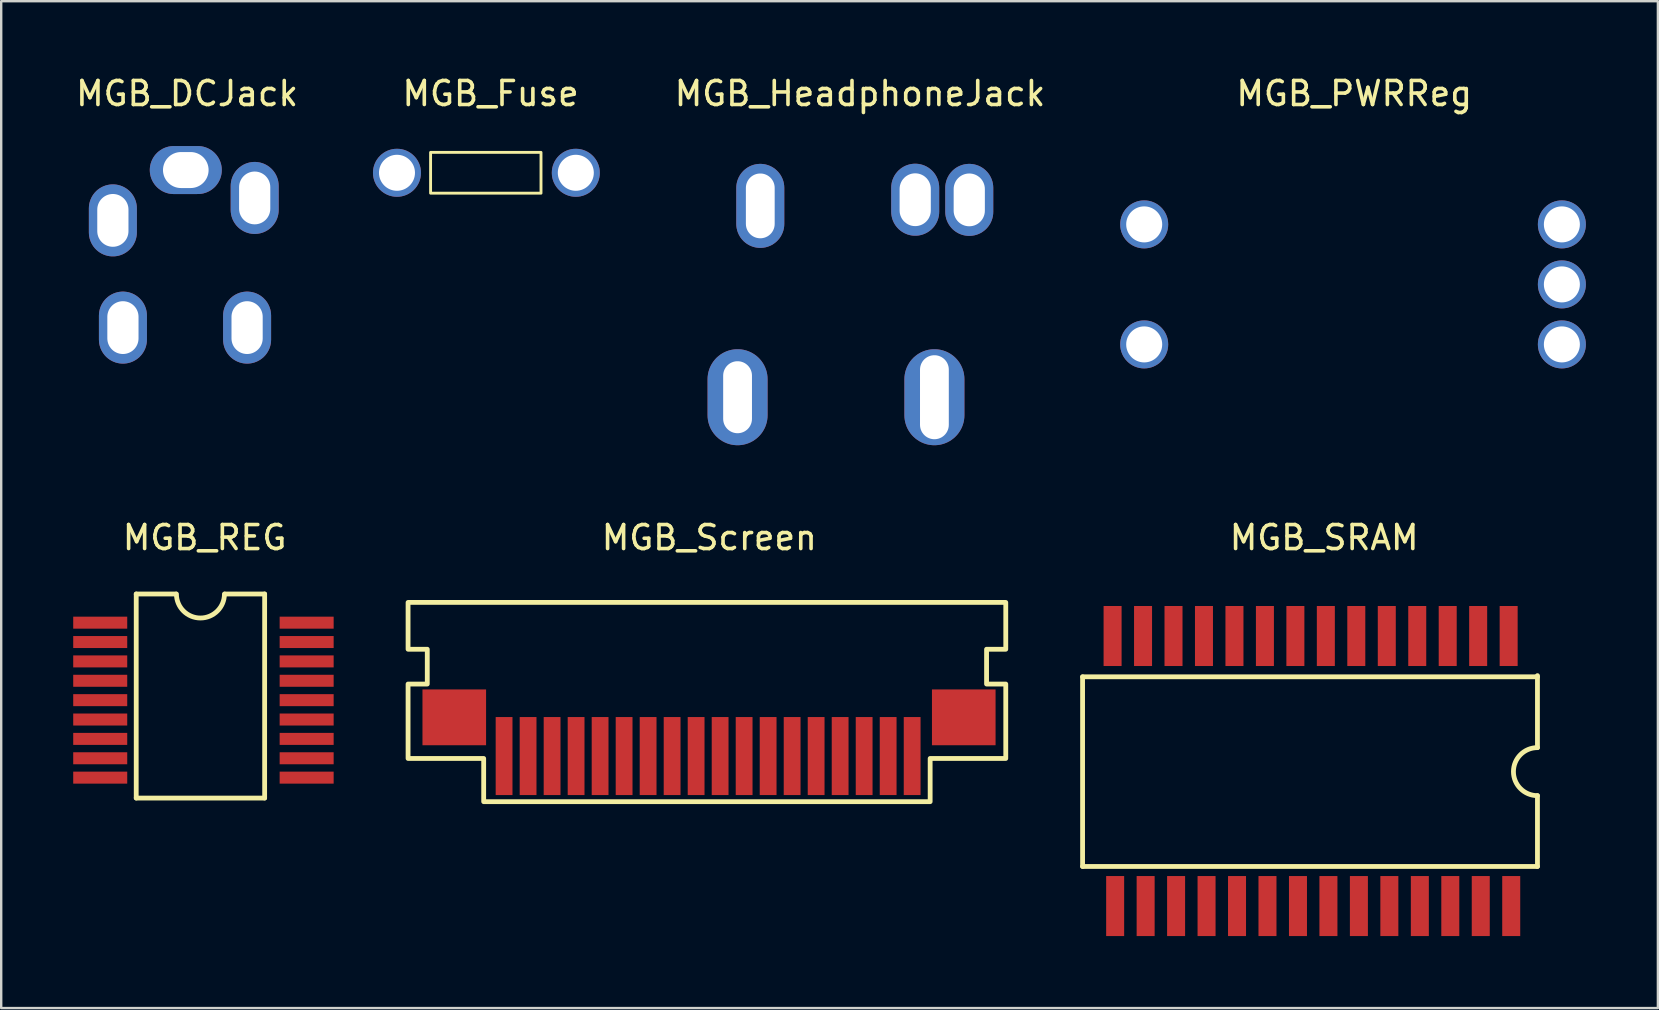
<source format=kicad_pcb>
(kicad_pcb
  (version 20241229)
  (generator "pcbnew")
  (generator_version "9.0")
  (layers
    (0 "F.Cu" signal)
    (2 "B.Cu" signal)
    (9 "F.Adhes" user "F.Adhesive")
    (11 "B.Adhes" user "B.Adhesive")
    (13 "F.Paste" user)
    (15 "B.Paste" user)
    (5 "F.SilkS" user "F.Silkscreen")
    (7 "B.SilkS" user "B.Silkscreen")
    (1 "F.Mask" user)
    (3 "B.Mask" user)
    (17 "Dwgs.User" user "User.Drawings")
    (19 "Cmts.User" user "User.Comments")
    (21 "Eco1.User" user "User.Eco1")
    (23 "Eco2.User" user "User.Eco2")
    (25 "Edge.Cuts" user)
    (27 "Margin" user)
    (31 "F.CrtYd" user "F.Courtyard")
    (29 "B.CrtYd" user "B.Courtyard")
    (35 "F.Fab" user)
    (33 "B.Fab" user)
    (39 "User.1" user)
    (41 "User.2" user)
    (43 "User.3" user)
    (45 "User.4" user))
  (footprint "MGB_SRAM"
    (layer "F.Cu")
    (at 52.115 19.846)
    (property "Reference" "MGB_SRAM" (at 0 -0.5 0) (unlocked yes) (layer "F.SilkS") (effects (font (size 1 1) (thickness 0.15))))
    (attr smd)
    (fp_line (start -10.065 5.3) (end -10.065 13.2) (stroke (width 0.2) (type default)) (layer "F.SilkS"))
    (fp_line (start -10.065 13.2) (end 8.885 13.2) (stroke (width 0.2) (type default)) (layer "F.SilkS"))
    (fp_line (start 8.885 5.3) (end -10.065 5.3) (stroke (width 0.2) (type default)) (layer "F.SilkS"))
    (fp_line (start 8.885 8.25) (end 8.885 5.25) (stroke (width 0.2) (type default)) (layer "F.SilkS"))
    (fp_line (start 8.885 13.2) (end 8.885 10.25) (stroke (width 0.2) (type default)) (layer "F.SilkS"))
    (fp_arc (start 8.88461 10.25) (mid 7.88461 9.25) (end 8.88461 8.25) (stroke (width 0.2) (type default)) (layer "F.SilkS"))
    (pad "1" smd rect (at 7.685 3.6 180) (size 0.75 2.5) (layers "F.Cu" "F.Mask" "F.Paste"))
    (pad "2" smd rect (at 6.415 3.6 180) (size 0.75 2.5) (layers "F.Cu" "F.Mask" "F.Paste"))
    (pad "3" smd rect (at 5.146 3.6 180) (size 0.75 2.5) (layers "F.Cu" "F.Mask" "F.Paste"))
    (pad "4" smd rect (at 3.877 3.6 180) (size 0.75 2.5) (layers "F.Cu" "F.Mask" "F.Paste"))
    (pad "5" smd rect (at 2.608 3.6 180) (size 0.75 2.5) (layers "F.Cu" "F.Mask" "F.Paste"))
    (pad "6" smd rect (at 1.338 3.6 180) (size 0.75 2.5) (layers "F.Cu" "F.Mask" "F.Paste"))
    (pad "7" smd rect (at 0.069 3.6 180) (size 0.75 2.5) (layers "F.Cu" "F.Mask" "F.Paste"))
    (pad "8" smd rect (at -1.2 3.6 180) (size 0.75 2.5) (layers "F.Cu" "F.Mask" "F.Paste"))
    (pad "9" smd rect (at -2.469 3.6 180) (size 0.75 2.5) (layers "F.Cu" "F.Mask" "F.Paste"))
    (pad "10" smd rect (at -3.738 3.6 180) (size 0.75 2.5) (layers "F.Cu" "F.Mask" "F.Paste"))
    (pad "11" smd rect (at -5.008 3.6 180) (size 0.75 2.5) (layers "F.Cu" "F.Mask" "F.Paste"))
    (pad "12" smd rect (at -6.277 3.6 180) (size 0.75 2.5) (layers "F.Cu" "F.Mask" "F.Paste"))
    (pad "13" smd rect (at -7.546 3.6 180) (size 0.75 2.5) (layers "F.Cu" "F.Mask" "F.Paste"))
    (pad "14" smd rect (at -8.815 3.6 180) (size 0.75 2.5) (layers "F.Cu" "F.Mask" "F.Paste"))
    (pad "15" smd rect (at -8.708 14.85 180) (size 0.75 2.5) (layers "F.Cu" "F.Mask" "F.Paste"))
    (pad "16" smd rect (at -7.438 14.85 180) (size 0.75 2.5) (layers "F.Cu" "F.Mask" "F.Paste"))
    (pad "17" smd rect (at -6.169 14.85 180) (size 0.75 2.5) (layers "F.Cu" "F.Mask" "F.Paste"))
    (pad "18" smd rect (at -4.9 14.85 180) (size 0.75 2.5) (layers "F.Cu" "F.Mask" "F.Paste"))
    (pad "19" smd rect (at -3.631 14.85 180) (size 0.75 2.5) (layers "F.Cu" "F.Mask" "F.Paste"))
    (pad "20" smd rect (at -2.362 14.85 180) (size 0.75 2.5) (layers "F.Cu" "F.Mask" "F.Paste"))
    (pad "21" smd rect (at -1.092 14.85 180) (size 0.75 2.5) (layers "F.Cu" "F.Mask" "F.Paste"))
    (pad "22" smd rect (at 0.177 14.85 180) (size 0.75 2.5) (layers "F.Cu" "F.Mask" "F.Paste"))
    (pad "23" smd rect (at 1.446 14.85 180) (size 0.75 2.5) (layers "F.Cu" "F.Mask" "F.Paste"))
    (pad "24" smd rect (at 2.715 14.85 180) (size 0.75 2.5) (layers "F.Cu" "F.Mask" "F.Paste"))
    (pad "25" smd rect (at 3.985 14.85 180) (size 0.75 2.5) (layers "F.Cu" "F.Mask" "F.Paste"))
    (pad "26" smd rect (at 5.254 14.85 180) (size 0.75 2.5) (layers "F.Cu" "F.Mask" "F.Paste"))
    (pad "27" smd rect (at 6.523 14.85 180) (size 0.75 2.5) (layers "F.Cu" "F.Mask" "F.Paste"))
    (pad "28" smd rect (at 7.792 14.85 180) (size 0.75 2.5) (layers "F.Cu" "F.Mask" "F.Paste")))
  (footprint "MGB_DCJack"
    (layer "F.Cu")
    (at 4.744 1.348)
    (property "Reference" "MGB_DCJack" (at 0 -0.5 0) (unlocked yes) (layer "F.SilkS") (effects (font (size 1 1) (thickness 0.15))))
    (attr smd)
    (pad "1" thru_hole oval (at -0.054 2.686 270) (size 2 3) (drill oval 1.5 1.9) (layers "*.Cu" "*.Mask"))
    (pad "2" thru_hole oval (at -3.092 4.783) (size 2 3) (drill oval 1.3 2.2) (layers "*.Cu" "*.Mask"))
    (pad "3" thru_hole oval (at 2.816 3.848) (size 2 3) (drill oval 1.3 2.2) (layers "*.Cu" "*.Mask"))
    (pad "MP" thru_hole oval (at -2.673 9.25) (size 2 3) (drill oval 1.3 2.2) (layers "*.Cu" "*.Mask"))
    (pad "MP" thru_hole oval (at 2.5 9.25) (size 2 3) (drill oval 1.3 2.2) (layers "*.Cu" "*.Mask")))
  (footprint "MGB_Fuse"
    (layer "F.Cu")
    (at 17.388 1.348)
    (property "Reference" "MGB_Fuse" (at 0 -0.5 0) (unlocked yes) (layer "F.SilkS") (effects (font (size 1 1) (thickness 0.15))))
    (attr smd)
    (fp_poly (pts (xy -2.5 3.65) (xy -2.5 1.95) (xy 2.1 1.95) (xy 2.1 3.65)) (stroke (width 0.12) (type default)) (fill no) (layer "F.SilkS"))
    (pad "1" thru_hole circle (at -3.9 2.8 90) (size 2 2) (drill 1.5) (layers "*.Cu" "*.Mask"))
    (pad "2" thru_hole circle (at 3.55 2.8 90) (size 2 2) (drill 1.5) (layers "*.Cu" "*.Mask")))
  (footprint "MGB_HeadphoneJack"
    (layer "F.Cu")
    (at 32.777 1.348)
    (property "Reference" "MGB_HeadphoneJack" (at 0 -0.5 0) (unlocked yes) (layer "F.SilkS") (effects (font (size 1 1) (thickness 0.15))))
    (attr smd)
    (pad "1" thru_hole oval (at -5.1 12.15 180) (size 2.5 4) (drill oval 1.2 3) (layers "*.Cu" "*.Mask"))
    (pad "2" thru_hole oval (at -4.154 4.179) (size 2 3.5) (drill oval 1.2 2.7) (layers "*.Cu" "*.Mask"))
    (pad "3" thru_hole oval (at 2.3 3.922) (size 2 3) (drill oval 1.3 2.2) (layers "*.Cu" "*.Mask"))
    (pad "4" thru_hole oval (at 3.1 12.15 180) (size 2.5 4) (drill oval 1.2 3.5) (layers "*.Cu" "*.Mask"))
    (pad "5" thru_hole oval (at 4.552 3.929) (size 2 3) (drill oval 1.3 2.2) (layers "*.Cu" "*.Mask")))
  (footprint "MGB_PWRReg"
    (layer "F.Cu")
    (at 53.367 1.348)
    (property "Reference" "MGB_PWRReg" (at 0 -0.5 0) (unlocked yes) (layer "F.SilkS") (effects (font (size 1 1) (thickness 0.15))))
    (attr smd)
    (pad "1" thru_hole circle (at -8.75 4.95) (size 2 2) (drill 1.5) (layers "*.Cu" "*.Mask"))
    (pad "3" thru_hole circle (at -8.75 9.95) (size 2 2) (drill 1.5) (layers "*.Cu" "*.Mask"))
    (pad "4" thru_hole circle (at 8.65 9.95) (size 2 2) (drill 1.5) (layers "*.Cu" "*.Mask"))
    (pad "5" thru_hole circle (at 8.65 7.45) (size 2 2) (drill 1.5) (layers "*.Cu" "*.Mask"))
    (pad "6" thru_hole circle (at 8.65 4.95) (size 2 2) (drill 1.5) (layers "*.Cu" "*.Mask")))
  (footprint "MGB_REG"
    (layer "F.Cu")
    (at 5.475 19.846)
    (property "Reference" "MGB_REG" (at 0 -0.5 0) (unlocked yes) (layer "F.SilkS") (effects (font (size 1 1) (thickness 0.15))))
    (attr smd)
    (fp_line (start -2.85 1.85) (end -2.85 10.35) (stroke (width 0.2) (type default)) (layer "F.SilkS"))
    (fp_line (start -2.85 10.35) (end 2.5 10.35) (stroke (width 0.2) (type default)) (layer "F.SilkS"))
    (fp_line (start -1.2 1.85) (end -2.85 1.85) (stroke (width 0.2) (type default)) (layer "F.SilkS"))
    (fp_line (start 2.5 1.85) (end 0.85 1.85) (stroke (width 0.2) (type default)) (layer "F.SilkS"))
    (fp_line (start 2.5 10.35) (end 2.5 1.85) (stroke (width 0.2) (type default)) (layer "F.SilkS"))
    (fp_arc (start 0.825 1.85) (mid -0.175 2.85) (end -1.175 1.85) (stroke (width 0.2) (type default)) (layer "F.SilkS"))
    (pad "1" smd rect (at -4.35 3.044) (size 2.25 0.5) (layers "F.Cu" "F.Mask" "F.Paste"))
    (pad "2" smd rect (at -4.35 3.851) (size 2.25 0.5) (layers "F.Cu" "F.Mask" "F.Paste"))
    (pad "3" smd rect (at -4.35 4.658) (size 2.25 0.5) (layers "F.Cu" "F.Mask" "F.Paste"))
    (pad "4" smd rect (at -4.35 5.465) (size 2.25 0.5) (layers "F.Cu" "F.Mask" "F.Paste"))
    (pad "5" smd rect (at -4.35 6.272) (size 2.25 0.5) (layers "F.Cu" "F.Mask" "F.Paste"))
    (pad "6" smd rect (at -4.35 7.079) (size 2.25 0.5) (layers "F.Cu" "F.Mask" "F.Paste"))
    (pad "7" smd rect (at -4.35 7.886) (size 2.25 0.5) (layers "F.Cu" "F.Mask" "F.Paste"))
    (pad "8" smd rect (at -4.35 8.693) (size 2.25 0.5) (layers "F.Cu" "F.Mask" "F.Paste"))
    (pad "9" smd rect (at -4.35 9.5) (size 2.25 0.5) (layers "F.Cu" "F.Mask" "F.Paste"))
    (pad "10" smd rect (at 4.25 9.5) (size 2.25 0.5) (layers "F.Cu" "F.Mask" "F.Paste"))
    (pad "11" smd rect (at 4.25 8.693) (size 2.25 0.5) (layers "F.Cu" "F.Mask" "F.Paste"))
    (pad "12" smd rect (at 4.25 7.886) (size 2.25 0.5) (layers "F.Cu" "F.Mask" "F.Paste"))
    (pad "13" smd rect (at 4.25 7.079) (size 2.25 0.5) (layers "F.Cu" "F.Mask" "F.Paste"))
    (pad "14" smd rect (at 4.25 6.272) (size 2.25 0.5) (layers "F.Cu" "F.Mask" "F.Paste"))
    (pad "15" smd rect (at 4.25 5.465) (size 2.25 0.5) (layers "F.Cu" "F.Mask" "F.Paste"))
    (pad "16" smd rect (at 4.25 4.658) (size 2.25 0.5) (layers "F.Cu" "F.Mask" "F.Paste"))
    (pad "17" smd rect (at 4.25 3.851) (size 2.25 0.5) (layers "F.Cu" "F.Mask" "F.Paste"))
    (pad "18" smd rect (at 4.25 3.044) (size 2.25 0.5) (layers "F.Cu" "F.Mask" "F.Paste")))
  (footprint "MGB_Screen"
    (layer "F.Cu")
    (at 26.55 22.047)
    (property "Reference" "MGB_Screen" (at -0.05 -2.7 0) (unlocked yes) (layer "F.SilkS") (effects (font (size 1 1) (thickness 0.15))))
    (attr smd)
    (fp_poly (pts (xy 12.3 0) (xy -12.6 0) (xy -12.6 1.95) (xy -11.8 1.95) (xy -11.8 3.4) (xy -12.6 3.4) (xy -12.6 6.5) (xy -9.45 6.5) (xy -9.45 8.3) (xy 9.15 8.3) (xy 9.15 6.5) (xy 12.3 6.5) (xy 12.3 3.4) (xy 11.5 3.4) (xy 11.5 1.95) (xy 12.3 1.95)) (stroke (width 0.2) (type solid)) (fill no) (layer "F.SilkS"))
    (pad "1" smd rect (at 8.4 6.4) (size 0.7 3.25) (layers "F.Cu" "F.Mask" "F.Paste"))
    (pad "2" smd rect (at 7.4 6.4) (size 0.7 3.25) (layers "F.Cu" "F.Mask" "F.Paste"))
    (pad "3" smd rect (at 6.4 6.4) (size 0.7 3.25) (layers "F.Cu" "F.Mask" "F.Paste"))
    (pad "4" smd rect (at 5.4 6.4) (size 0.7 3.25) (layers "F.Cu" "F.Mask" "F.Paste"))
    (pad "5" smd rect (at 4.4 6.4) (size 0.7 3.25) (layers "F.Cu" "F.Mask" "F.Paste"))
    (pad "6" smd rect (at 3.4 6.4) (size 0.7 3.25) (layers "F.Cu" "F.Mask" "F.Paste"))
    (pad "7" smd rect (at 2.4 6.4) (size 0.7 3.25) (layers "F.Cu" "F.Mask" "F.Paste"))
    (pad "8" smd rect (at 1.4 6.4) (size 0.7 3.25) (layers "F.Cu" "F.Mask" "F.Paste"))
    (pad "9" smd rect (at 0.4 6.4) (size 0.7 3.25) (layers "F.Cu" "F.Mask" "F.Paste"))
    (pad "10" smd rect (at -0.6 6.4) (size 0.7 3.25) (layers "F.Cu" "F.Mask" "F.Paste"))
    (pad "11" smd rect (at -1.6 6.4) (size 0.7 3.25) (layers "F.Cu" "F.Mask" "F.Paste"))
    (pad "12" smd rect (at -2.6 6.4) (size 0.7 3.25) (layers "F.Cu" "F.Mask" "F.Paste"))
    (pad "13" smd rect (at -3.6 6.4) (size 0.7 3.25) (layers "F.Cu" "F.Mask" "F.Paste"))
    (pad "14" smd rect (at -4.6 6.4) (size 0.7 3.25) (layers "F.Cu" "F.Mask" "F.Paste"))
    (pad "15" smd rect (at -5.6 6.4) (size 0.7 3.25) (layers "F.Cu" "F.Mask" "F.Paste"))
    (pad "16" smd rect (at -6.6 6.4) (size 0.7 3.25) (layers "F.Cu" "F.Mask" "F.Paste"))
    (pad "17" smd rect (at -7.6 6.4) (size 0.7 3.25) (layers "F.Cu" "F.Mask" "F.Paste"))
    (pad "18" smd rect (at -8.6 6.4) (size 0.7 3.25) (layers "F.Cu" "F.Mask" "F.Paste"))
    (pad "MP" smd rect (at -10.675 4.787) (size 2.65 2.325) (layers "F.Cu" "F.Mask" "F.Paste"))
    (pad "MP" smd rect (at 10.55 4.787) (size 2.65 2.325) (layers "F.Cu" "F.Mask" "F.Paste")))
  (gr_rect
    (start -3 -3)
    (end 66.017 38.947)
    (stroke (width 0.1) (type default))
    (fill no)
    (layer "Edge.Cuts")))
</source>
